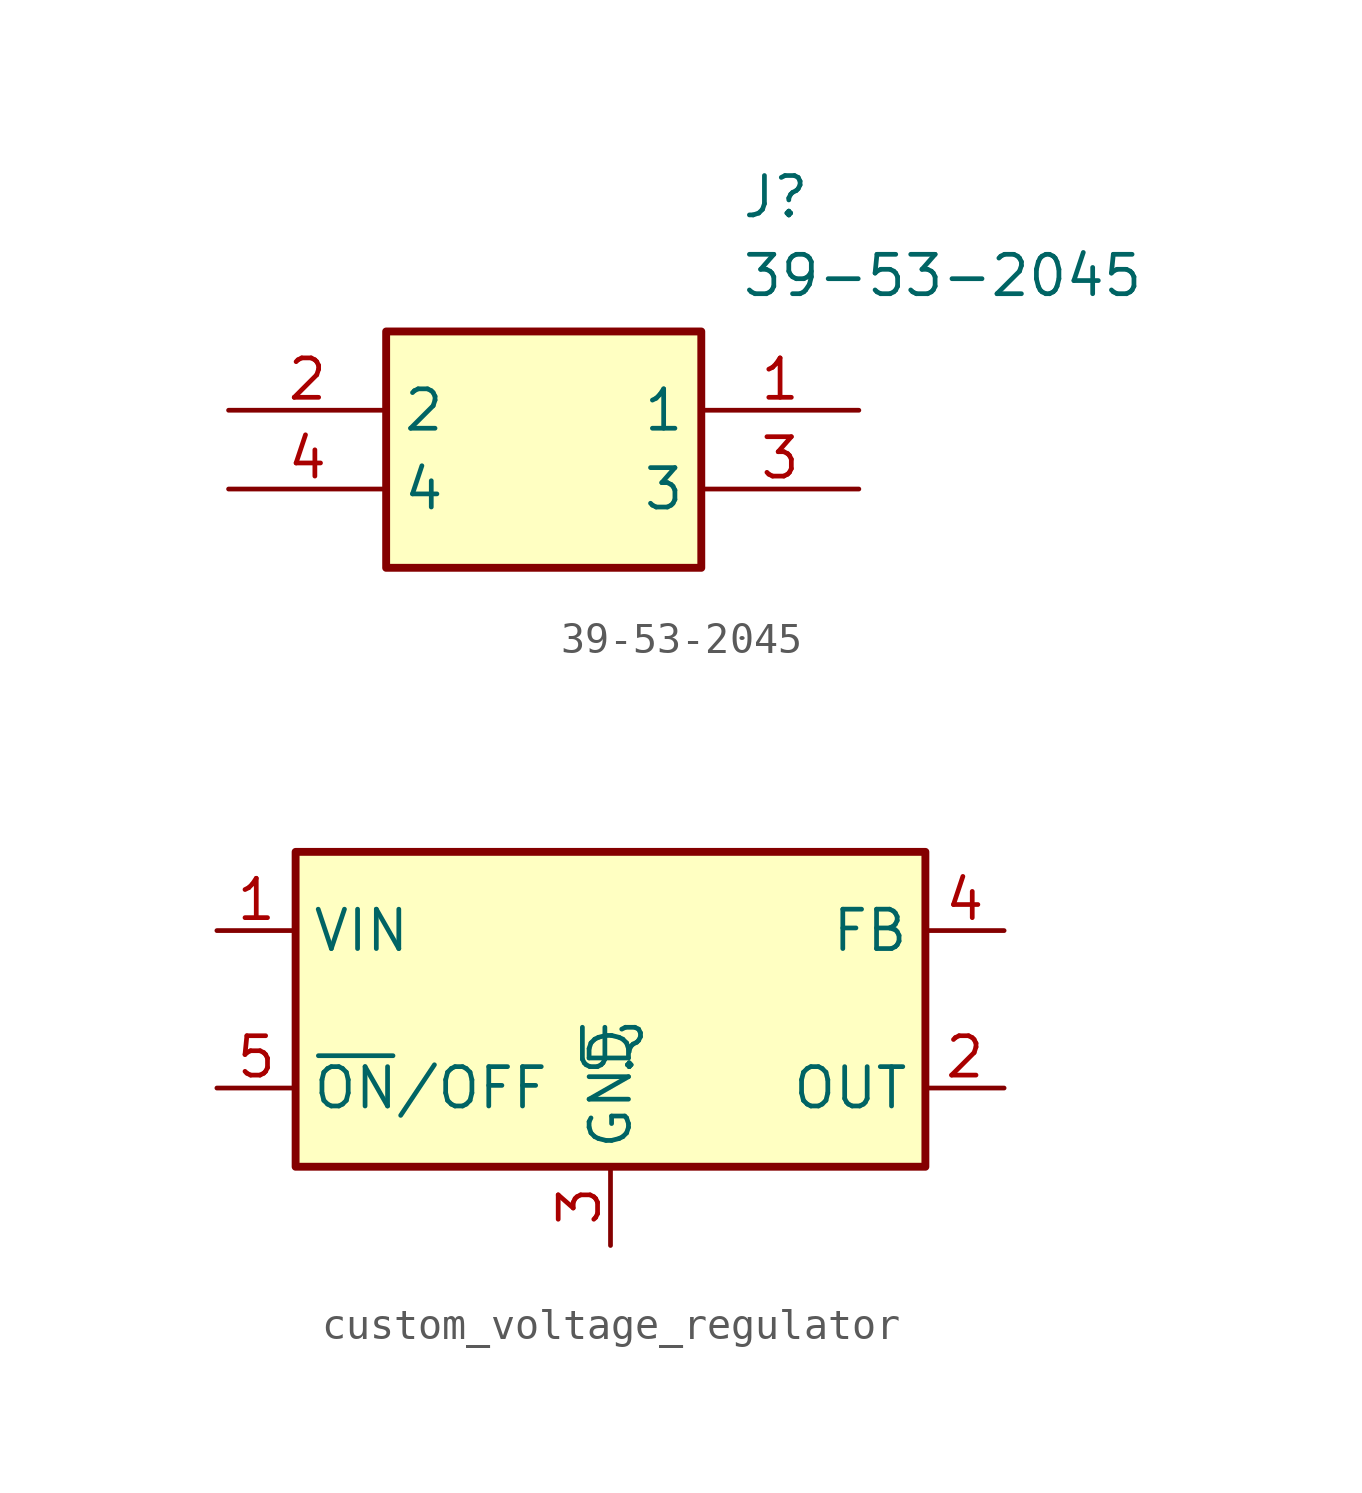
<source format=kicad_sym>
(kicad_symbol_lib
  (version 20231120)
  (generator "kicad_symbol_editor")
  (generator_version "8.0")
  (symbol "39-53-2045"
    (property "Reference" "J"
      (at 16.51 7.62 0)
      (effects (font (size 1.27 1.27)) (justify left top)))
    (property "Value" "39-53-2045"
      (at 16.51 5.08 0)
      (effects (font (size 1.27 1.27)) (justify left top)))
    (symbol "39-53-2045_1_1"
      (rectangle (start 5.08 2.54) (end 15.24 -5.08) (stroke (width 0.254) (type default)) (fill (type background)))
      (pin passive line (at 20.32 0 180) (length 5.08) (name "1" (effects (font (size 1.27 1.27)))) (number "1" (effects (font (size 1.27 1.27)))))
      (pin passive line (at 0 0 0) (length 5.08) (name "2" (effects (font (size 1.27 1.27)))) (number "2" (effects (font (size 1.27 1.27)))))
      (pin passive line (at 20.32 -2.54 180) (length 5.08) (name "3" (effects (font (size 1.27 1.27)))) (number "3" (effects (font (size 1.27 1.27)))))
      (pin passive line (at 0 -2.54 0) (length 5.08) (name "4" (effects (font (size 1.27 1.27)))) (number "4" (effects (font (size 1.27 1.27)))))))
  (symbol "custom_voltage_regulator"
    (property "Reference" "U"
      (at 0 0 0)
      (effects (font (size 1.27 1.27))))
    (property "Value" ""
      (at 0 0 0)
      (effects (font (size 1.27 1.27))))
    (symbol "custom_voltage_regulator_0_1"
      (rectangle (start -10.16 6.35) (end 10.16 -3.81) (stroke (width 0.254) (type default)) (fill (type background))))
    (symbol "custom_voltage_regulator_1_1"
      (pin power_in line (at -12.7 3.81 0) (length 2.54) (name "VIN" (effects (font (size 1.27 1.27)))) (number "1" (effects (font (size 1.27 1.27)))))
      (pin power_out line (at 12.7 -1.27 180) (length 2.54) (name "OUT" (effects (font (size 1.27 1.27)))) (number "2" (effects (font (size 1.27 1.27)))))
      (pin power_in line (at 0 -6.35 90) (length 2.54) (name "GND" (effects (font (size 1.27 1.27)))) (number "3" (effects (font (size 1.27 1.27)))))
      (pin input line (at 12.7 3.81 180) (length 2.54) (name "FB" (effects (font (size 1.27 1.27)))) (number "4" (effects (font (size 1.27 1.27)))))
      (pin input line (at -12.7 -1.27 0) (length 2.54) (name "~{ON}/OFF" (effects (font (size 1.27 1.27)))) (number "5" (effects (font (size 1.27 1.27))))))))
</source>
